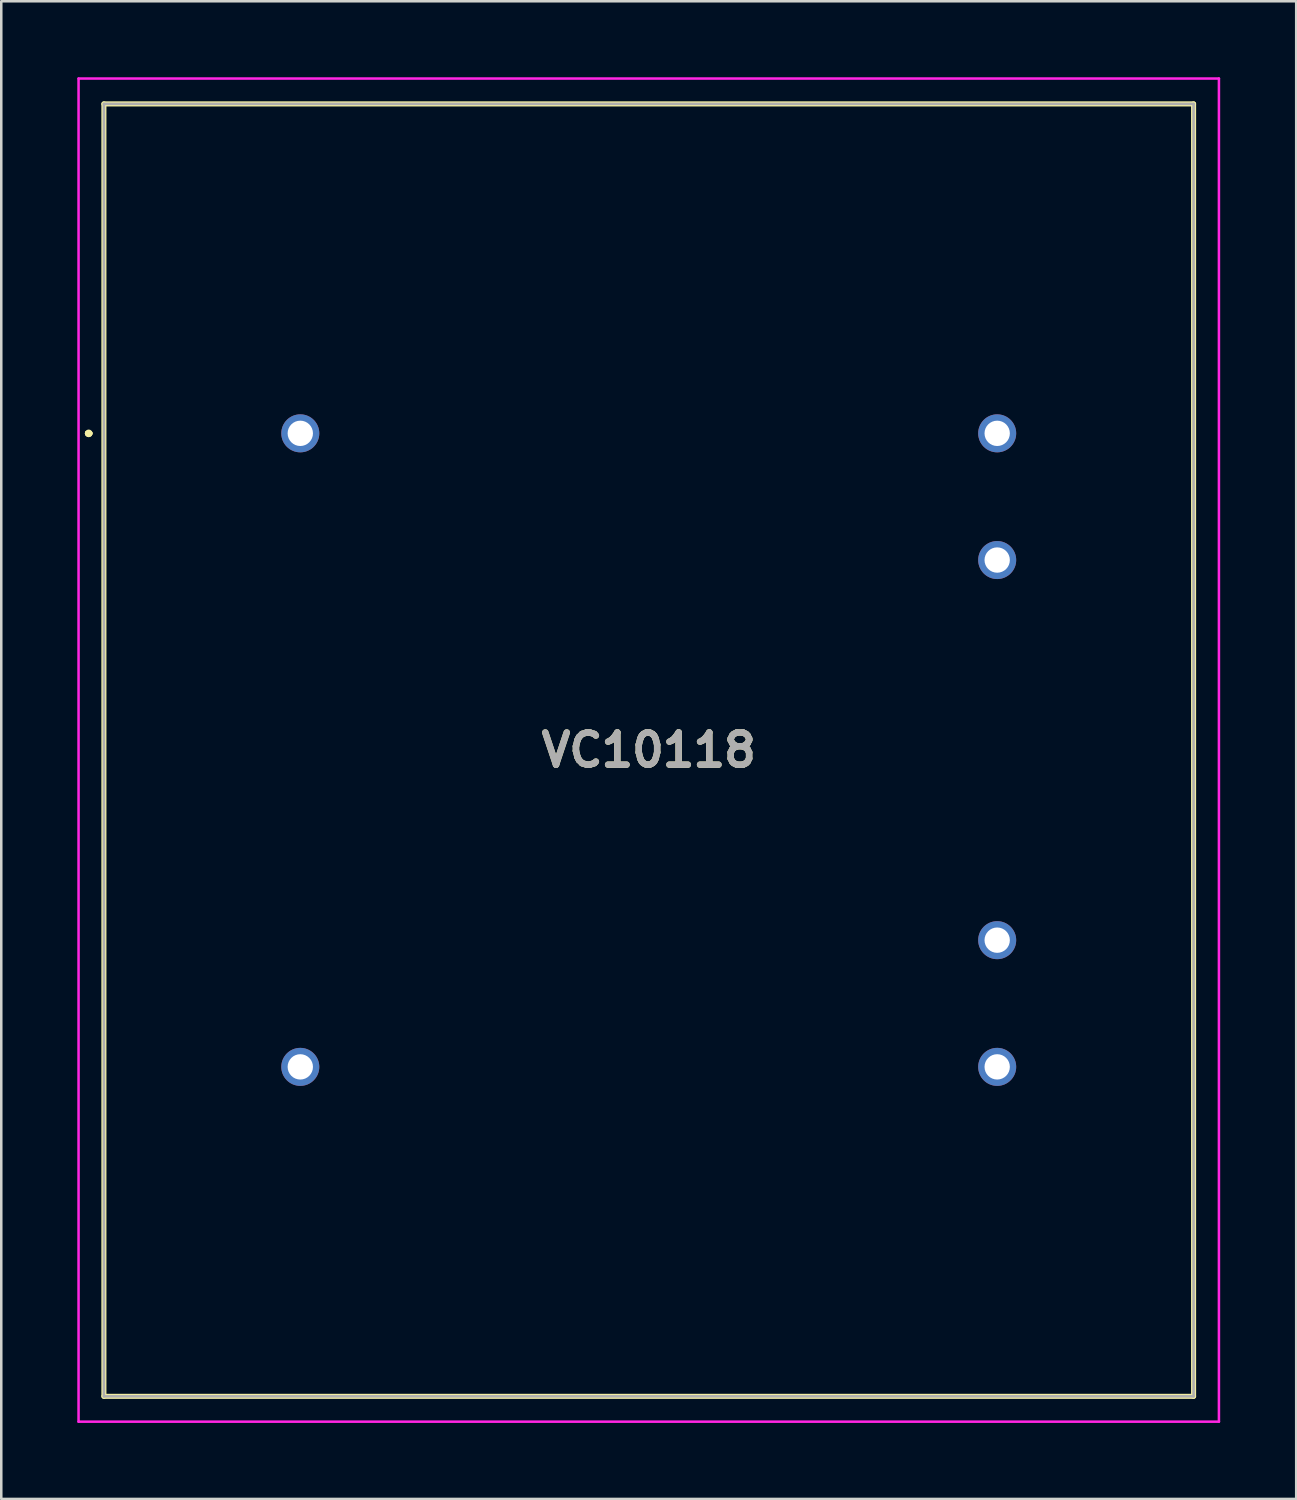
<source format=kicad_pcb>
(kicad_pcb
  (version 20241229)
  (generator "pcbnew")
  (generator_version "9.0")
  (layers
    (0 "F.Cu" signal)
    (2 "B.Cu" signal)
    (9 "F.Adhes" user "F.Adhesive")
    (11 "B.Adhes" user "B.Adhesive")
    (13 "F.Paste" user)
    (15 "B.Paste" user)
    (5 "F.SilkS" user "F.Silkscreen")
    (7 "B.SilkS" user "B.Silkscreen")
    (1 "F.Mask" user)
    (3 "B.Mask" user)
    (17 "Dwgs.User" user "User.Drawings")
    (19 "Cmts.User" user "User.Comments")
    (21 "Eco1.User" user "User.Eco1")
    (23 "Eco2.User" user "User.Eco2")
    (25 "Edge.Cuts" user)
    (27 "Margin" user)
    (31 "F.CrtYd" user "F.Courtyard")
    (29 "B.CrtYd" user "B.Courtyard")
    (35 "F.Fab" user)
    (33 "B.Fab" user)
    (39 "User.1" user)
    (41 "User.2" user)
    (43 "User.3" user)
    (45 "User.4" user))
  (footprint "VC10118"
    (layer "F.Cu")
    (at 8.8 14.05)
    (property "Reference" "VC10118" (at 13.75 12.5 0) (layer "F.SilkS") (effects (font (size 1.27 1.27) (thickness 0.254))))
    (attr through_hole)
    (fp_line (start -8.4 0) (end -8.4 0) (stroke (width 0.2) (type solid)) (layer "F.SilkS"))
    (fp_line (start -8.4 0) (end -8.4 0) (stroke (width 0.2) (type solid)) (layer "F.SilkS"))
    (fp_line (start -8.3 0) (end -8.3 0) (stroke (width 0.2) (type solid)) (layer "F.SilkS"))
    (fp_line (start -7.75 -13) (end 35.25 -13) (stroke (width 0.2) (type solid)) (layer "F.SilkS"))
    (fp_line (start -7.75 38) (end -7.75 -13) (stroke (width 0.2) (type solid)) (layer "F.SilkS"))
    (fp_line (start 35.25 -13) (end 35.25 38) (stroke (width 0.2) (type solid)) (layer "F.SilkS"))
    (fp_line (start 35.25 38) (end -7.75 38) (stroke (width 0.2) (type solid)) (layer "F.SilkS"))
    (fp_arc (start -8.4 0) (mid -8.35 -0.05) (end -8.3 0) (stroke (width 0.2) (type solid)) (layer "F.SilkS"))
    (fp_arc (start -8.3 0) (mid -8.35 0.05) (end -8.4 0) (stroke (width 0.2) (type solid)) (layer "F.SilkS"))
    (fp_arc (start -8.3 0) (mid -8.35 0.05) (end -8.4 0) (stroke (width 0.2) (type solid)) (layer "F.SilkS"))
    (fp_line (start -8.75 -14) (end 36.25 -14) (stroke (width 0.1) (type solid)) (layer "F.CrtYd"))
    (fp_line (start -8.75 39) (end -8.75 -14) (stroke (width 0.1) (type solid)) (layer "F.CrtYd"))
    (fp_line (start 36.25 -14) (end 36.25 39) (stroke (width 0.1) (type solid)) (layer "F.CrtYd"))
    (fp_line (start 36.25 39) (end -8.75 39) (stroke (width 0.1) (type solid)) (layer "F.CrtYd"))
    (fp_line (start -7.75 -13) (end -7.75 38) (stroke (width 0.1) (type solid)) (layer "F.Fab"))
    (fp_line (start -7.75 38) (end 35.25 38) (stroke (width 0.1) (type solid)) (layer "F.Fab"))
    (fp_line (start 35.25 -13) (end -7.75 -13) (stroke (width 0.1) (type solid)) (layer "F.Fab"))
    (fp_line (start 35.25 38) (end 35.25 -13) (stroke (width 0.1) (type solid)) (layer "F.Fab"))
    (fp_text user "${REFERENCE}" (at 13.75 12.5 0) (layer "F.Fab") (effects (font (size 1.27 1.27) (thickness 0.254))))
    (pad "1" thru_hole circle (at 0 0) (size 1.5 1.5) (drill 1) (layers "*.Cu" "*.Mask"))
    (pad "2" thru_hole circle (at 0 25) (size 1.5 1.5) (drill 1) (layers "*.Cu" "*.Mask"))
    (pad "3" thru_hole circle (at 27.5 25) (size 1.5 1.5) (drill 1) (layers "*.Cu" "*.Mask"))
    (pad "4" thru_hole circle (at 27.5 20) (size 1.5 1.5) (drill 1) (layers "*.Cu" "*.Mask"))
    (pad "5" thru_hole circle (at 27.5 5) (size 1.5 1.5) (drill 1) (layers "*.Cu" "*.Mask"))
    (pad "6" thru_hole circle (at 27.5 0) (size 1.5 1.5) (drill 1) (layers "*.Cu" "*.Mask")))
  (gr_rect
    (start -3 -3)
    (end 48.1 56.1)
    (stroke (width 0.1) (type default))
    (fill no)
    (layer "Edge.Cuts")))
</source>
